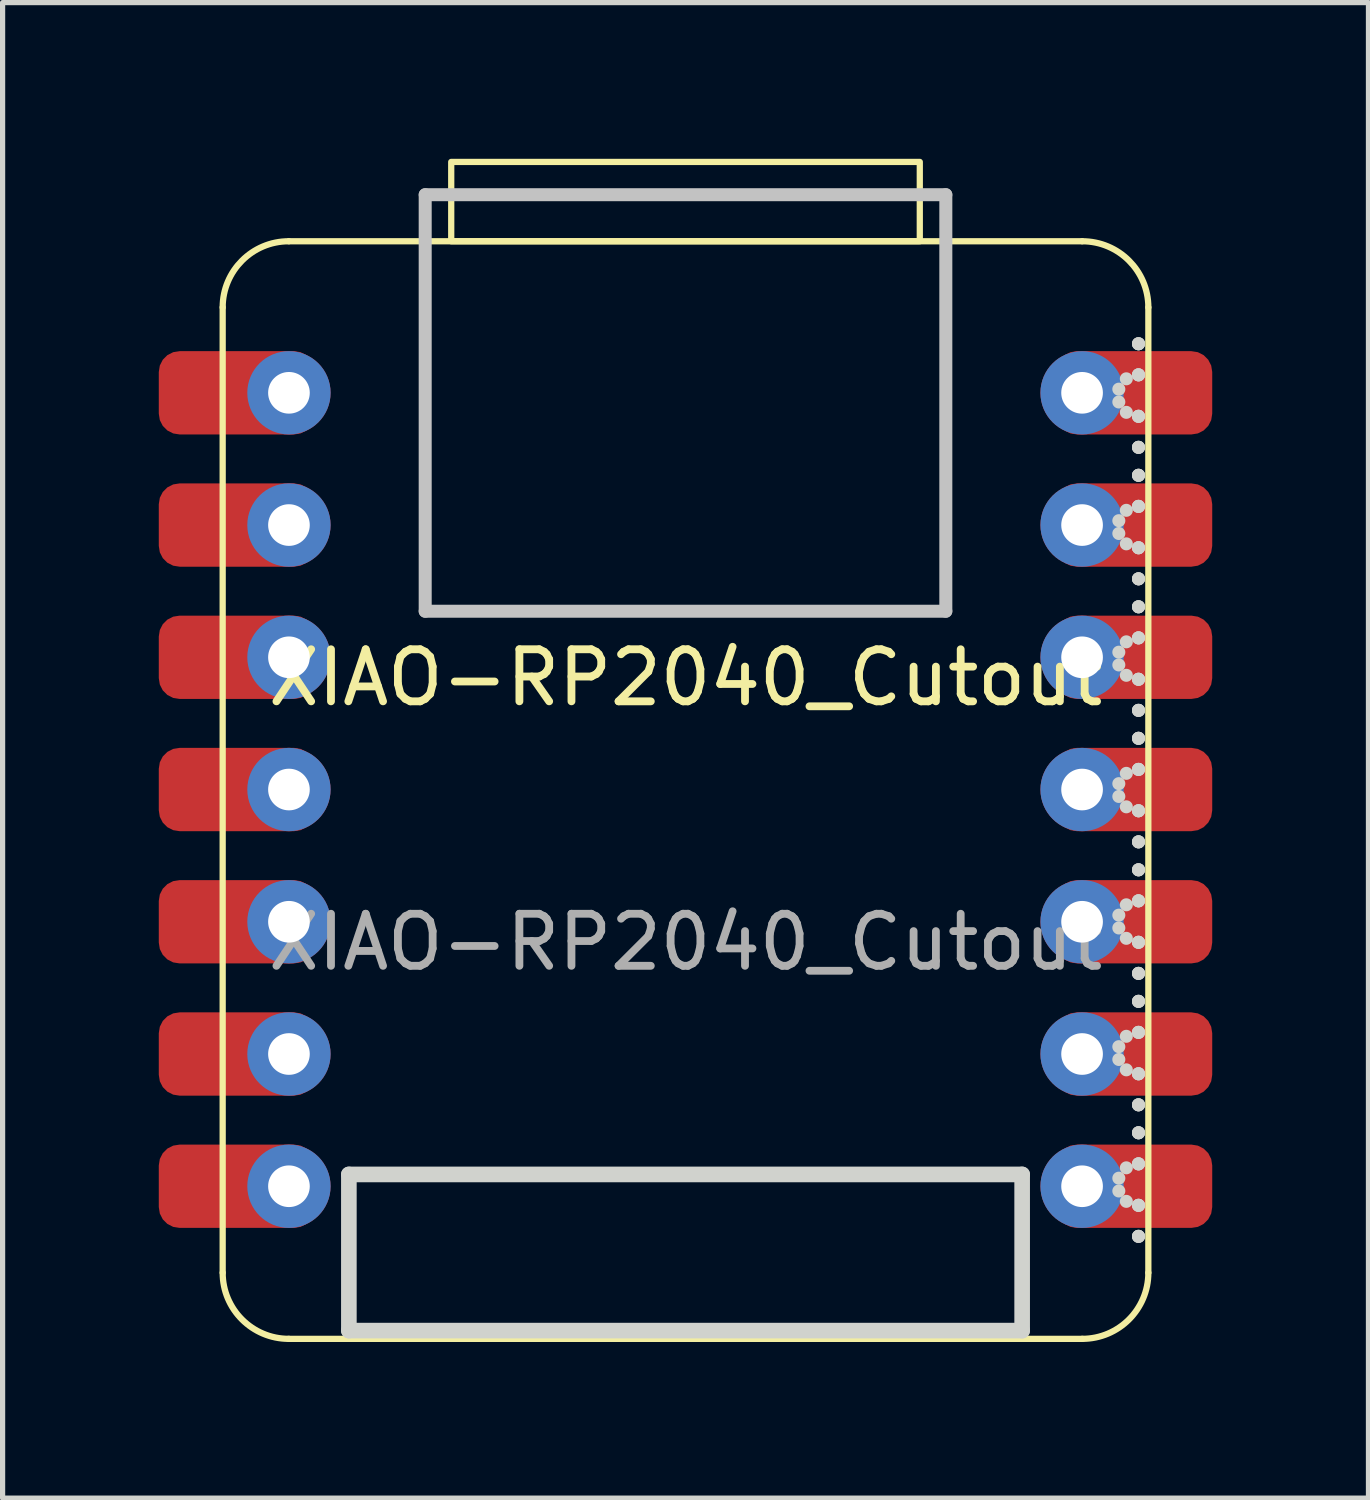
<source format=kicad_pcb>
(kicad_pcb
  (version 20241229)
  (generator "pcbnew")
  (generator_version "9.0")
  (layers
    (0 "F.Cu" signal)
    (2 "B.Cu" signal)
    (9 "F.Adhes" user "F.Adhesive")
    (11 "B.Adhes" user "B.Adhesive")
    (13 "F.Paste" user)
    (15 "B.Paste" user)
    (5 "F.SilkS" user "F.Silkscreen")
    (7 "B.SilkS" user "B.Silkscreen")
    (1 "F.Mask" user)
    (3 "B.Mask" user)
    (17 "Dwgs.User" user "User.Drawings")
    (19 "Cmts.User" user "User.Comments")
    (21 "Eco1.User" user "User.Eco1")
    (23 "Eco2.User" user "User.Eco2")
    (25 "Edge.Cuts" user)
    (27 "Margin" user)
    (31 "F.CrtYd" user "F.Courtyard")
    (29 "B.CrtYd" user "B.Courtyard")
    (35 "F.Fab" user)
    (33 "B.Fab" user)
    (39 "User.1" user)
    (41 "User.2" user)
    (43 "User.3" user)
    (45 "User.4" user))
  (footprint "XIAO-RP2040_Cutout"
    (layer "F.Cu")
    (at 10.117 12.125)
    (property "Reference" "XIAO-RP2040_Cutout" (at 0 -2.159 0) (unlocked yes) (layer "F.SilkS") (effects (font (size 1 1) (thickness 0.15))))
    (attr through_hole)
    (fp_line (start -8.89 9.271) (end -8.89 -9.271) (stroke (width 0.12) (type solid)) (layer "F.SilkS"))
    (fp_line (start -7.62 -10.541) (end 7.62 -10.541) (stroke (width 0.12) (type solid)) (layer "F.SilkS"))
    (fp_line (start 7.62 10.541) (end -7.62 10.541) (stroke (width 0.12) (type solid)) (layer "F.SilkS"))
    (fp_line (start 8.89 -9.271) (end 8.89 9.271) (stroke (width 0.12) (type solid)) (layer "F.SilkS"))
    (fp_rect (start -4.5 -10.541) (end 4.5 -12.065) (stroke (width 0.12) (type solid)) (fill no) (layer "F.SilkS"))
    (fp_arc (start -8.89 -9.271) (mid -8.518026 -10.169026) (end -7.62 -10.541) (stroke (width 0.12) (type solid)) (layer "F.SilkS"))
    (fp_arc (start -7.62 10.541) (mid -8.518026 10.169026) (end -8.89 9.271) (stroke (width 0.12) (type solid)) (layer "F.SilkS"))
    (fp_arc (start 7.62 -10.541) (mid 8.518026 -10.169026) (end 8.89 -9.271) (stroke (width 0.12) (type solid)) (layer "F.SilkS"))
    (fp_arc (start 8.89 9.271) (mid 8.518026 10.169026) (end 7.62 10.541) (stroke (width 0.12) (type solid)) (layer "F.SilkS"))
    (fp_line (start -5 -11.435) (end 5 -11.435) (stroke (width 0.25) (type solid)) (layer "Dwgs.User"))
    (fp_line (start -5 -3.435) (end -5 -11.435) (stroke (width 0.25) (type solid)) (layer "Dwgs.User"))
    (fp_line (start 5 -11.435) (end 5 -3.435) (stroke (width 0.25) (type solid)) (layer "Dwgs.User"))
    (fp_line (start 5 -3.435) (end -5 -3.435) (stroke (width 0.25) (type solid)) (layer "Dwgs.User"))
    (fp_line (start -6.466 7.383) (end 6.466 7.383) (stroke (width 0.3) (type solid)) (layer "Edge.Cuts"))
    (fp_line (start -6.466 10.383) (end -6.466 7.383) (stroke (width 0.3) (type solid)) (layer "Edge.Cuts"))
    (fp_line (start 6.466 7.383) (end 6.466 10.383) (stroke (width 0.3) (type solid)) (layer "Edge.Cuts"))
    (fp_line (start 6.466 10.383) (end -6.466 10.383) (stroke (width 0.3) (type solid)) (layer "Edge.Cuts"))
    (fp_curve (pts (xy 8.323 -7.7) (xy 8.323 -7.7) (xy 8.323 -7.7) (xy 8.323 -7.7)) (stroke (width 0.25) (type solid)) (layer "Edge.Cuts"))
    (fp_curve (pts (xy 8.323 -7.454) (xy 8.323 -7.454) (xy 8.323 -7.454) (xy 8.323 -7.454)) (stroke (width 0.25) (type solid)) (layer "Edge.Cuts"))
    (fp_curve (pts (xy 8.323 -5.174) (xy 8.323 -5.174) (xy 8.323 -5.174) (xy 8.323 -5.174)) (stroke (width 0.25) (type solid)) (layer "Edge.Cuts"))
    (fp_curve (pts (xy 8.323 -4.928) (xy 8.323 -4.928) (xy 8.323 -4.928) (xy 8.323 -4.928)) (stroke (width 0.25) (type solid)) (layer "Edge.Cuts"))
    (fp_curve (pts (xy 8.323 -2.648) (xy 8.323 -2.648) (xy 8.323 -2.648) (xy 8.323 -2.648)) (stroke (width 0.25) (type solid)) (layer "Edge.Cuts"))
    (fp_curve (pts (xy 8.323 -2.403) (xy 8.323 -2.403) (xy 8.323 -2.403) (xy 8.323 -2.403)) (stroke (width 0.25) (type solid)) (layer "Edge.Cuts"))
    (fp_curve (pts (xy 8.323 -0.123) (xy 8.323 -0.123) (xy 8.323 -0.123) (xy 8.323 -0.123)) (stroke (width 0.25) (type solid)) (layer "Edge.Cuts"))
    (fp_curve (pts (xy 8.323 0.123) (xy 8.323 0.123) (xy 8.323 0.123) (xy 8.323 0.123)) (stroke (width 0.25) (type solid)) (layer "Edge.Cuts"))
    (fp_curve (pts (xy 8.323 2.403) (xy 8.323 2.403) (xy 8.323 2.403) (xy 8.323 2.403)) (stroke (width 0.25) (type solid)) (layer "Edge.Cuts"))
    (fp_curve (pts (xy 8.323 2.649) (xy 8.323 2.649) (xy 8.323 2.649) (xy 8.323 2.649)) (stroke (width 0.25) (type solid)) (layer "Edge.Cuts"))
    (fp_curve (pts (xy 8.323 4.929) (xy 8.323 4.929) (xy 8.323 4.929) (xy 8.323 4.929)) (stroke (width 0.25) (type solid)) (layer "Edge.Cuts"))
    (fp_curve (pts (xy 8.323 5.175) (xy 8.323 5.175) (xy 8.323 5.175) (xy 8.323 5.175)) (stroke (width 0.25) (type solid)) (layer "Edge.Cuts"))
    (fp_curve (pts (xy 8.323 7.455) (xy 8.323 7.455) (xy 8.323 7.455) (xy 8.323 7.455)) (stroke (width 0.25) (type solid)) (layer "Edge.Cuts"))
    (fp_curve (pts (xy 8.323 7.701) (xy 8.323 7.701) (xy 8.323 7.701) (xy 8.323 7.701)) (stroke (width 0.25) (type solid)) (layer "Edge.Cuts"))
    (fp_curve (pts (xy 8.467 -7.899) (xy 8.467 -7.899) (xy 8.467 -7.899) (xy 8.467 -7.899)) (stroke (width 0.25) (type solid)) (layer "Edge.Cuts"))
    (fp_curve (pts (xy 8.467 -7.255) (xy 8.467 -7.255) (xy 8.467 -7.255) (xy 8.467 -7.255)) (stroke (width 0.25) (type solid)) (layer "Edge.Cuts"))
    (fp_curve (pts (xy 8.467 -5.373) (xy 8.467 -5.373) (xy 8.467 -5.373) (xy 8.467 -5.373)) (stroke (width 0.25) (type solid)) (layer "Edge.Cuts"))
    (fp_curve (pts (xy 8.467 -4.729) (xy 8.467 -4.729) (xy 8.467 -4.729) (xy 8.467 -4.729)) (stroke (width 0.25) (type solid)) (layer "Edge.Cuts"))
    (fp_curve (pts (xy 8.467 -2.847) (xy 8.467 -2.847) (xy 8.467 -2.847) (xy 8.467 -2.847)) (stroke (width 0.25) (type solid)) (layer "Edge.Cuts"))
    (fp_curve (pts (xy 8.467 -2.204) (xy 8.467 -2.204) (xy 8.467 -2.204) (xy 8.467 -2.204)) (stroke (width 0.25) (type solid)) (layer "Edge.Cuts"))
    (fp_curve (pts (xy 8.467 -0.321) (xy 8.467 -0.321) (xy 8.467 -0.321) (xy 8.467 -0.321)) (stroke (width 0.25) (type solid)) (layer "Edge.Cuts"))
    (fp_curve (pts (xy 8.467 0.322) (xy 8.467 0.322) (xy 8.467 0.322) (xy 8.467 0.322)) (stroke (width 0.25) (type solid)) (layer "Edge.Cuts"))
    (fp_curve (pts (xy 8.467 2.204) (xy 8.467 2.204) (xy 8.467 2.204) (xy 8.467 2.204)) (stroke (width 0.25) (type solid)) (layer "Edge.Cuts"))
    (fp_curve (pts (xy 8.467 2.848) (xy 8.467 2.848) (xy 8.467 2.848) (xy 8.467 2.848)) (stroke (width 0.25) (type solid)) (layer "Edge.Cuts"))
    (fp_curve (pts (xy 8.467 4.73) (xy 8.467 4.73) (xy 8.467 4.73) (xy 8.467 4.73)) (stroke (width 0.25) (type solid)) (layer "Edge.Cuts"))
    (fp_curve (pts (xy 8.467 5.374) (xy 8.467 5.374) (xy 8.467 5.374) (xy 8.467 5.374)) (stroke (width 0.25) (type solid)) (layer "Edge.Cuts"))
    (fp_curve (pts (xy 8.467 7.256) (xy 8.467 7.256) (xy 8.467 7.256) (xy 8.467 7.256)) (stroke (width 0.25) (type solid)) (layer "Edge.Cuts"))
    (fp_curve (pts (xy 8.467 7.9) (xy 8.467 7.9) (xy 8.467 7.9) (xy 8.467 7.9)) (stroke (width 0.25) (type solid)) (layer "Edge.Cuts"))
    (fp_curve (pts (xy 8.701 -8.572) (xy 8.701 -8.572) (xy 8.701 -8.572) (xy 8.701 -8.572)) (stroke (width 0.25) (type solid)) (layer "Edge.Cuts"))
    (fp_curve (pts (xy 8.701 -8.572) (xy 8.701 -8.572) (xy 8.701 -8.572) (xy 8.701 -8.572)) (stroke (width 0.25) (type solid)) (layer "Edge.Cuts"))
    (fp_curve (pts (xy 8.701 -8.572) (xy 8.701 -8.572) (xy 8.701 -8.572) (xy 8.701 -8.572)) (stroke (width 0.25) (type solid)) (layer "Edge.Cuts"))
    (fp_curve (pts (xy 8.701 -7.975) (xy 8.701 -7.975) (xy 8.701 -7.975) (xy 8.701 -7.975)) (stroke (width 0.25) (type solid)) (layer "Edge.Cuts"))
    (fp_curve (pts (xy 8.701 -7.975) (xy 8.701 -7.975) (xy 8.701 -7.975) (xy 8.701 -7.975)) (stroke (width 0.25) (type solid)) (layer "Edge.Cuts"))
    (fp_curve (pts (xy 8.701 -7.975) (xy 8.701 -7.975) (xy 8.701 -7.975) (xy 8.701 -7.975)) (stroke (width 0.25) (type solid)) (layer "Edge.Cuts"))
    (fp_curve (pts (xy 8.701 -7.179) (xy 8.701 -7.179) (xy 8.701 -7.179) (xy 8.701 -7.179)) (stroke (width 0.25) (type solid)) (layer "Edge.Cuts"))
    (fp_curve (pts (xy 8.701 -7.179) (xy 8.701 -7.179) (xy 8.701 -7.179) (xy 8.701 -7.179)) (stroke (width 0.25) (type solid)) (layer "Edge.Cuts"))
    (fp_curve (pts (xy 8.701 -7.179) (xy 8.701 -7.179) (xy 8.701 -7.179) (xy 8.701 -7.179)) (stroke (width 0.25) (type solid)) (layer "Edge.Cuts"))
    (fp_curve (pts (xy 8.701 -6.583) (xy 8.701 -6.583) (xy 8.701 -6.583) (xy 8.701 -6.583)) (stroke (width 0.25) (type solid)) (layer "Edge.Cuts"))
    (fp_curve (pts (xy 8.701 -6.583) (xy 8.701 -6.583) (xy 8.701 -6.583) (xy 8.701 -6.583)) (stroke (width 0.25) (type solid)) (layer "Edge.Cuts"))
    (fp_curve (pts (xy 8.701 -6.583) (xy 8.701 -6.583) (xy 8.701 -6.583) (xy 8.701 -6.583)) (stroke (width 0.25) (type solid)) (layer "Edge.Cuts"))
    (fp_curve (pts (xy 8.701 -6.046) (xy 8.701 -6.046) (xy 8.701 -6.046) (xy 8.701 -6.046)) (stroke (width 0.25) (type solid)) (layer "Edge.Cuts"))
    (fp_curve (pts (xy 8.701 -6.046) (xy 8.701 -6.046) (xy 8.701 -6.046) (xy 8.701 -6.046)) (stroke (width 0.25) (type solid)) (layer "Edge.Cuts"))
    (fp_curve (pts (xy 8.701 -6.046) (xy 8.701 -6.046) (xy 8.701 -6.046) (xy 8.701 -6.046)) (stroke (width 0.25) (type solid)) (layer "Edge.Cuts"))
    (fp_curve (pts (xy 8.701 -5.449) (xy 8.701 -5.449) (xy 8.701 -5.449) (xy 8.701 -5.449)) (stroke (width 0.25) (type solid)) (layer "Edge.Cuts"))
    (fp_curve (pts (xy 8.701 -5.449) (xy 8.701 -5.449) (xy 8.701 -5.449) (xy 8.701 -5.449)) (stroke (width 0.25) (type solid)) (layer "Edge.Cuts"))
    (fp_curve (pts (xy 8.701 -5.449) (xy 8.701 -5.449) (xy 8.701 -5.449) (xy 8.701 -5.449)) (stroke (width 0.25) (type solid)) (layer "Edge.Cuts"))
    (fp_curve (pts (xy 8.701 -4.654) (xy 8.701 -4.654) (xy 8.701 -4.654) (xy 8.701 -4.654)) (stroke (width 0.25) (type solid)) (layer "Edge.Cuts"))
    (fp_curve (pts (xy 8.701 -4.654) (xy 8.701 -4.654) (xy 8.701 -4.654) (xy 8.701 -4.654)) (stroke (width 0.25) (type solid)) (layer "Edge.Cuts"))
    (fp_curve (pts (xy 8.701 -4.654) (xy 8.701 -4.654) (xy 8.701 -4.654) (xy 8.701 -4.654)) (stroke (width 0.25) (type solid)) (layer "Edge.Cuts"))
    (fp_curve (pts (xy 8.701 -4.057) (xy 8.701 -4.057) (xy 8.701 -4.057) (xy 8.701 -4.057)) (stroke (width 0.25) (type solid)) (layer "Edge.Cuts"))
    (fp_curve (pts (xy 8.701 -4.057) (xy 8.701 -4.057) (xy 8.701 -4.057) (xy 8.701 -4.057)) (stroke (width 0.25) (type solid)) (layer "Edge.Cuts"))
    (fp_curve (pts (xy 8.701 -4.057) (xy 8.701 -4.057) (xy 8.701 -4.057) (xy 8.701 -4.057)) (stroke (width 0.25) (type solid)) (layer "Edge.Cuts"))
    (fp_curve (pts (xy 8.701 -3.52) (xy 8.701 -3.52) (xy 8.701 -3.52) (xy 8.701 -3.52)) (stroke (width 0.25) (type solid)) (layer "Edge.Cuts"))
    (fp_curve (pts (xy 8.701 -3.52) (xy 8.701 -3.52) (xy 8.701 -3.52) (xy 8.701 -3.52)) (stroke (width 0.25) (type solid)) (layer "Edge.Cuts"))
    (fp_curve (pts (xy 8.701 -3.52) (xy 8.701 -3.52) (xy 8.701 -3.52) (xy 8.701 -3.52)) (stroke (width 0.25) (type solid)) (layer "Edge.Cuts"))
    (fp_curve (pts (xy 8.701 -2.923) (xy 8.701 -2.923) (xy 8.701 -2.923) (xy 8.701 -2.923)) (stroke (width 0.25) (type solid)) (layer "Edge.Cuts"))
    (fp_curve (pts (xy 8.701 -2.923) (xy 8.701 -2.923) (xy 8.701 -2.923) (xy 8.701 -2.923)) (stroke (width 0.25) (type solid)) (layer "Edge.Cuts"))
    (fp_curve (pts (xy 8.701 -2.923) (xy 8.701 -2.923) (xy 8.701 -2.923) (xy 8.701 -2.923)) (stroke (width 0.25) (type solid)) (layer "Edge.Cuts"))
    (fp_curve (pts (xy 8.701 -2.128) (xy 8.701 -2.128) (xy 8.701 -2.128) (xy 8.701 -2.128)) (stroke (width 0.25) (type solid)) (layer "Edge.Cuts"))
    (fp_curve (pts (xy 8.701 -2.128) (xy 8.701 -2.128) (xy 8.701 -2.128) (xy 8.701 -2.128)) (stroke (width 0.25) (type solid)) (layer "Edge.Cuts"))
    (fp_curve (pts (xy 8.701 -2.128) (xy 8.701 -2.128) (xy 8.701 -2.128) (xy 8.701 -2.128)) (stroke (width 0.25) (type solid)) (layer "Edge.Cuts"))
    (fp_curve (pts (xy 8.701 -1.531) (xy 8.701 -1.531) (xy 8.701 -1.531) (xy 8.701 -1.531)) (stroke (width 0.25) (type solid)) (layer "Edge.Cuts"))
    (fp_curve (pts (xy 8.701 -1.531) (xy 8.701 -1.531) (xy 8.701 -1.531) (xy 8.701 -1.531)) (stroke (width 0.25) (type solid)) (layer "Edge.Cuts"))
    (fp_curve (pts (xy 8.701 -1.531) (xy 8.701 -1.531) (xy 8.701 -1.531) (xy 8.701 -1.531)) (stroke (width 0.25) (type solid)) (layer "Edge.Cuts"))
    (fp_curve (pts (xy 8.701 -0.994) (xy 8.701 -0.994) (xy 8.701 -0.994) (xy 8.701 -0.994)) (stroke (width 0.25) (type solid)) (layer "Edge.Cuts"))
    (fp_curve (pts (xy 8.701 -0.994) (xy 8.701 -0.994) (xy 8.701 -0.994) (xy 8.701 -0.994)) (stroke (width 0.25) (type solid)) (layer "Edge.Cuts"))
    (fp_curve (pts (xy 8.701 -0.994) (xy 8.701 -0.994) (xy 8.701 -0.994) (xy 8.701 -0.994)) (stroke (width 0.25) (type solid)) (layer "Edge.Cuts"))
    (fp_curve (pts (xy 8.701 -0.397) (xy 8.701 -0.397) (xy 8.701 -0.397) (xy 8.701 -0.397)) (stroke (width 0.25) (type solid)) (layer "Edge.Cuts"))
    (fp_curve (pts (xy 8.701 -0.397) (xy 8.701 -0.397) (xy 8.701 -0.397) (xy 8.701 -0.397)) (stroke (width 0.25) (type solid)) (layer "Edge.Cuts"))
    (fp_curve (pts (xy 8.701 -0.397) (xy 8.701 -0.397) (xy 8.701 -0.397) (xy 8.701 -0.397)) (stroke (width 0.25) (type solid)) (layer "Edge.Cuts"))
    (fp_curve (pts (xy 8.701 0.398) (xy 8.701 0.398) (xy 8.701 0.398) (xy 8.701 0.398)) (stroke (width 0.25) (type solid)) (layer "Edge.Cuts"))
    (fp_curve (pts (xy 8.701 0.398) (xy 8.701 0.398) (xy 8.701 0.398) (xy 8.701 0.398)) (stroke (width 0.25) (type solid)) (layer "Edge.Cuts"))
    (fp_curve (pts (xy 8.701 0.398) (xy 8.701 0.398) (xy 8.701 0.398) (xy 8.701 0.398)) (stroke (width 0.25) (type solid)) (layer "Edge.Cuts"))
    (fp_curve (pts (xy 8.701 0.995) (xy 8.701 0.995) (xy 8.701 0.995) (xy 8.701 0.995)) (stroke (width 0.25) (type solid)) (layer "Edge.Cuts"))
    (fp_curve (pts (xy 8.701 0.995) (xy 8.701 0.995) (xy 8.701 0.995) (xy 8.701 0.995)) (stroke (width 0.25) (type solid)) (layer "Edge.Cuts"))
    (fp_curve (pts (xy 8.701 0.995) (xy 8.701 0.995) (xy 8.701 0.995) (xy 8.701 0.995)) (stroke (width 0.25) (type solid)) (layer "Edge.Cuts"))
    (fp_curve (pts (xy 8.701 1.532) (xy 8.701 1.532) (xy 8.701 1.532) (xy 8.701 1.532)) (stroke (width 0.25) (type solid)) (layer "Edge.Cuts"))
    (fp_curve (pts (xy 8.701 1.532) (xy 8.701 1.532) (xy 8.701 1.532) (xy 8.701 1.532)) (stroke (width 0.25) (type solid)) (layer "Edge.Cuts"))
    (fp_curve (pts (xy 8.701 1.532) (xy 8.701 1.532) (xy 8.701 1.532) (xy 8.701 1.532)) (stroke (width 0.25) (type solid)) (layer "Edge.Cuts"))
    (fp_curve (pts (xy 8.701 2.128) (xy 8.701 2.128) (xy 8.701 2.128) (xy 8.701 2.128)) (stroke (width 0.25) (type solid)) (layer "Edge.Cuts"))
    (fp_curve (pts (xy 8.701 2.128) (xy 8.701 2.128) (xy 8.701 2.128) (xy 8.701 2.128)) (stroke (width 0.25) (type solid)) (layer "Edge.Cuts"))
    (fp_curve (pts (xy 8.701 2.128) (xy 8.701 2.128) (xy 8.701 2.128) (xy 8.701 2.128)) (stroke (width 0.25) (type solid)) (layer "Edge.Cuts"))
    (fp_curve (pts (xy 8.701 2.924) (xy 8.701 2.924) (xy 8.701 2.924) (xy 8.701 2.924)) (stroke (width 0.25) (type solid)) (layer "Edge.Cuts"))
    (fp_curve (pts (xy 8.701 2.924) (xy 8.701 2.924) (xy 8.701 2.924) (xy 8.701 2.924)) (stroke (width 0.25) (type solid)) (layer "Edge.Cuts"))
    (fp_curve (pts (xy 8.701 2.924) (xy 8.701 2.924) (xy 8.701 2.924) (xy 8.701 2.924)) (stroke (width 0.25) (type solid)) (layer "Edge.Cuts"))
    (fp_curve (pts (xy 8.701 3.521) (xy 8.701 3.521) (xy 8.701 3.521) (xy 8.701 3.521)) (stroke (width 0.25) (type solid)) (layer "Edge.Cuts"))
    (fp_curve (pts (xy 8.701 3.521) (xy 8.701 3.521) (xy 8.701 3.521) (xy 8.701 3.521)) (stroke (width 0.25) (type solid)) (layer "Edge.Cuts"))
    (fp_curve (pts (xy 8.701 3.521) (xy 8.701 3.521) (xy 8.701 3.521) (xy 8.701 3.521)) (stroke (width 0.25) (type solid)) (layer "Edge.Cuts"))
    (fp_curve (pts (xy 8.701 4.058) (xy 8.701 4.058) (xy 8.701 4.058) (xy 8.701 4.058)) (stroke (width 0.25) (type solid)) (layer "Edge.Cuts"))
    (fp_curve (pts (xy 8.701 4.058) (xy 8.701 4.058) (xy 8.701 4.058) (xy 8.701 4.058)) (stroke (width 0.25) (type solid)) (layer "Edge.Cuts"))
    (fp_curve (pts (xy 8.701 4.058) (xy 8.701 4.058) (xy 8.701 4.058) (xy 8.701 4.058)) (stroke (width 0.25) (type solid)) (layer "Edge.Cuts"))
    (fp_curve (pts (xy 8.701 4.654) (xy 8.701 4.654) (xy 8.701 4.654) (xy 8.701 4.654)) (stroke (width 0.25) (type solid)) (layer "Edge.Cuts"))
    (fp_curve (pts (xy 8.701 4.654) (xy 8.701 4.654) (xy 8.701 4.654) (xy 8.701 4.654)) (stroke (width 0.25) (type solid)) (layer "Edge.Cuts"))
    (fp_curve (pts (xy 8.701 4.654) (xy 8.701 4.654) (xy 8.701 4.654) (xy 8.701 4.654)) (stroke (width 0.25) (type solid)) (layer "Edge.Cuts"))
    (fp_curve (pts (xy 8.701 5.45) (xy 8.701 5.45) (xy 8.701 5.45) (xy 8.701 5.45)) (stroke (width 0.25) (type solid)) (layer "Edge.Cuts"))
    (fp_curve (pts (xy 8.701 5.45) (xy 8.701 5.45) (xy 8.701 5.45) (xy 8.701 5.45)) (stroke (width 0.25) (type solid)) (layer "Edge.Cuts"))
    (fp_curve (pts (xy 8.701 5.45) (xy 8.701 5.45) (xy 8.701 5.45) (xy 8.701 5.45)) (stroke (width 0.25) (type solid)) (layer "Edge.Cuts"))
    (fp_curve (pts (xy 8.701 6.046) (xy 8.701 6.046) (xy 8.701 6.046) (xy 8.701 6.046)) (stroke (width 0.25) (type solid)) (layer "Edge.Cuts"))
    (fp_curve (pts (xy 8.701 6.046) (xy 8.701 6.046) (xy 8.701 6.046) (xy 8.701 6.046)) (stroke (width 0.25) (type solid)) (layer "Edge.Cuts"))
    (fp_curve (pts (xy 8.701 6.046) (xy 8.701 6.046) (xy 8.701 6.046) (xy 8.701 6.046)) (stroke (width 0.25) (type solid)) (layer "Edge.Cuts"))
    (fp_curve (pts (xy 8.701 6.583) (xy 8.701 6.583) (xy 8.701 6.583) (xy 8.701 6.583)) (stroke (width 0.25) (type solid)) (layer "Edge.Cuts"))
    (fp_curve (pts (xy 8.701 6.583) (xy 8.701 6.583) (xy 8.701 6.583) (xy 8.701 6.583)) (stroke (width 0.25) (type solid)) (layer "Edge.Cuts"))
    (fp_curve (pts (xy 8.701 6.583) (xy 8.701 6.583) (xy 8.701 6.583) (xy 8.701 6.583)) (stroke (width 0.25) (type solid)) (layer "Edge.Cuts"))
    (fp_curve (pts (xy 8.701 7.18) (xy 8.701 7.18) (xy 8.701 7.18) (xy 8.701 7.18)) (stroke (width 0.25) (type solid)) (layer "Edge.Cuts"))
    (fp_curve (pts (xy 8.701 7.18) (xy 8.701 7.18) (xy 8.701 7.18) (xy 8.701 7.18)) (stroke (width 0.25) (type solid)) (layer "Edge.Cuts"))
    (fp_curve (pts (xy 8.701 7.18) (xy 8.701 7.18) (xy 8.701 7.18) (xy 8.701 7.18)) (stroke (width 0.25) (type solid)) (layer "Edge.Cuts"))
    (fp_curve (pts (xy 8.701 7.976) (xy 8.701 7.976) (xy 8.701 7.976) (xy 8.701 7.976)) (stroke (width 0.25) (type solid)) (layer "Edge.Cuts"))
    (fp_curve (pts (xy 8.701 7.976) (xy 8.701 7.976) (xy 8.701 7.976) (xy 8.701 7.976)) (stroke (width 0.25) (type solid)) (layer "Edge.Cuts"))
    (fp_curve (pts (xy 8.701 7.976) (xy 8.701 7.976) (xy 8.701 7.976) (xy 8.701 7.976)) (stroke (width 0.25) (type solid)) (layer "Edge.Cuts"))
    (fp_curve (pts (xy 8.701 8.572) (xy 8.701 8.572) (xy 8.701 8.572) (xy 8.701 8.572)) (stroke (width 0.25) (type solid)) (layer "Edge.Cuts"))
    (fp_curve (pts (xy 8.701 8.572) (xy 8.701 8.572) (xy 8.701 8.572) (xy 8.701 8.572)) (stroke (width 0.25) (type solid)) (layer "Edge.Cuts"))
    (fp_curve (pts (xy 8.701 8.572) (xy 8.701 8.572) (xy 8.701 8.572) (xy 8.701 8.572)) (stroke (width 0.25) (type solid)) (layer "Edge.Cuts"))
    (fp_text user "${REFERENCE}" (at 0 2.921 0) (unlocked yes) (layer "F.Fab") (effects (font (size 1 1) (thickness 0.15))))
    (pad "1" thru_hole circle (at -7.617 -7.63) (size 1.6 1.6) (drill 0.8) (layers "*.Cu" "*.Mask"))
    (pad "1" smd roundrect (at -7.617 -7.63) (size 3 1.6) (drill (offset -1 0)) (layers "F.Cu" "F.Mask" "F.Paste") (roundrect_rratio 0.25))
    (pad "2" thru_hole circle (at -7.617 -5.09) (size 1.6 1.6) (drill 0.8) (layers "*.Cu" "*.Mask"))
    (pad "2" smd roundrect (at -7.617 -5.09) (size 3 1.6) (drill (offset -1 0)) (layers "F.Cu" "F.Mask" "F.Paste") (roundrect_rratio 0.25))
    (pad "3" thru_hole circle (at -7.617 -2.55) (size 1.6 1.6) (drill 0.8) (layers "*.Cu" "*.Mask"))
    (pad "3" smd roundrect (at -7.617 -2.55) (size 3 1.6) (drill (offset -1 0)) (layers "F.Cu" "F.Mask" "F.Paste") (roundrect_rratio 0.25))
    (pad "4" thru_hole circle (at -7.617 -0.01) (size 1.6 1.6) (drill 0.8) (layers "*.Cu" "*.Mask"))
    (pad "4" smd roundrect (at -7.617 -0.01) (size 3 1.6) (drill (offset -1 0)) (layers "F.Cu" "F.Mask" "F.Paste") (roundrect_rratio 0.25))
    (pad "5" thru_hole circle (at -7.617 2.53) (size 1.6 1.6) (drill 0.8) (layers "*.Cu" "*.Mask"))
    (pad "5" smd roundrect (at -7.617 2.53) (size 3 1.6) (drill (offset -1 0)) (layers "F.Cu" "F.Mask" "F.Paste") (roundrect_rratio 0.25))
    (pad "6" thru_hole circle (at -7.617 5.07) (size 1.6 1.6) (drill 0.8) (layers "*.Cu" "*.Mask"))
    (pad "6" smd roundrect (at -7.617 5.07) (size 3 1.6) (drill (offset -1 0)) (layers "F.Cu" "F.Mask" "F.Paste") (roundrect_rratio 0.25))
    (pad "7" thru_hole circle (at -7.617 7.61) (size 1.6 1.6) (drill 0.8) (layers "*.Cu" "*.Mask"))
    (pad "7" smd roundrect (at -7.617 7.61) (size 3 1.6) (drill (offset -1 0)) (layers "F.Cu" "F.Mask" "F.Paste") (roundrect_rratio 0.25))
    (pad "8" thru_hole circle (at 7.617 7.61) (size 1.6 1.6) (drill 0.8) (layers "*.Cu" "*.Mask"))
    (pad "8" smd roundrect (at 7.617 7.61) (size 3 1.6) (drill (offset 1 0)) (layers "F.Cu" "F.Mask" "F.Paste") (roundrect_rratio 0.25))
    (pad "9" thru_hole circle (at 7.617 5.07) (size 1.6 1.6) (drill 0.8) (layers "*.Cu" "*.Mask"))
    (pad "9" smd roundrect (at 7.617 5.07) (size 3 1.6) (drill (offset 1 0)) (layers "F.Cu" "F.Mask" "F.Paste") (roundrect_rratio 0.25))
    (pad "10" thru_hole circle (at 7.617 2.53) (size 1.6 1.6) (drill 0.8) (layers "*.Cu" "*.Mask"))
    (pad "10" smd roundrect (at 7.617 2.53) (size 3 1.6) (drill (offset 1 0)) (layers "F.Cu" "F.Mask" "F.Paste") (roundrect_rratio 0.25))
    (pad "11" thru_hole circle (at 7.617 -0.01) (size 1.6 1.6) (drill 0.8) (layers "*.Cu" "*.Mask"))
    (pad "11" smd roundrect (at 7.617 -0.01) (size 3 1.6) (drill (offset 1 0)) (layers "F.Cu" "F.Mask" "F.Paste") (roundrect_rratio 0.25))
    (pad "12" thru_hole circle (at 7.617 -2.55) (size 1.6 1.6) (drill 0.8) (layers "*.Cu" "*.Mask"))
    (pad "12" smd roundrect (at 7.617 -2.55) (size 3 1.6) (drill (offset 1 0)) (layers "F.Cu" "F.Mask" "F.Paste") (roundrect_rratio 0.25))
    (pad "13" thru_hole circle (at 7.617 -5.09) (size 1.6 1.6) (drill 0.8) (layers "*.Cu" "*.Mask"))
    (pad "13" smd roundrect (at 7.617 -5.09) (size 3 1.6) (drill (offset 1 0)) (layers "F.Cu" "F.Mask" "F.Paste") (roundrect_rratio 0.25))
    (pad "14" thru_hole circle (at 7.617 -7.63) (size 1.6 1.6) (drill 0.8) (layers "*.Cu" "*.Mask"))
    (pad "14" smd roundrect (at 7.617 -7.63) (size 3 1.6) (drill (offset 1 0)) (layers "F.Cu" "F.Mask" "F.Paste") (roundrect_rratio 0.25)))
  (gr_rect
    (start -3 -3)
    (end 23.235 25.726)
    (stroke (width 0.1) (type default))
    (fill no)
    (layer "Edge.Cuts")))
</source>
